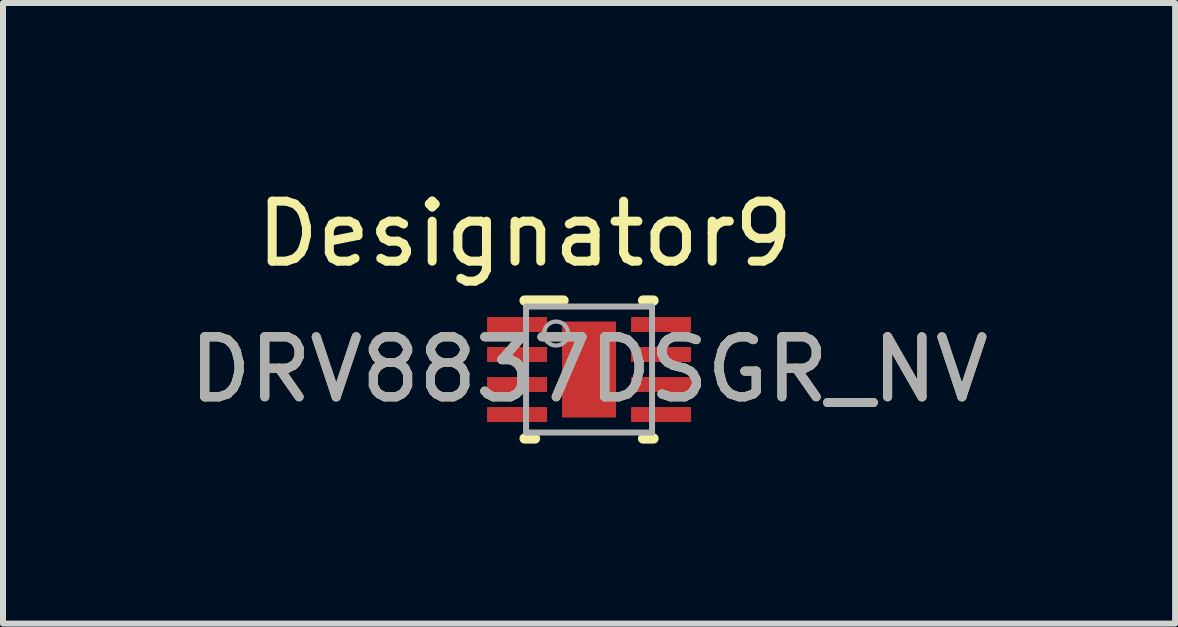
<source format=kicad_pcb>
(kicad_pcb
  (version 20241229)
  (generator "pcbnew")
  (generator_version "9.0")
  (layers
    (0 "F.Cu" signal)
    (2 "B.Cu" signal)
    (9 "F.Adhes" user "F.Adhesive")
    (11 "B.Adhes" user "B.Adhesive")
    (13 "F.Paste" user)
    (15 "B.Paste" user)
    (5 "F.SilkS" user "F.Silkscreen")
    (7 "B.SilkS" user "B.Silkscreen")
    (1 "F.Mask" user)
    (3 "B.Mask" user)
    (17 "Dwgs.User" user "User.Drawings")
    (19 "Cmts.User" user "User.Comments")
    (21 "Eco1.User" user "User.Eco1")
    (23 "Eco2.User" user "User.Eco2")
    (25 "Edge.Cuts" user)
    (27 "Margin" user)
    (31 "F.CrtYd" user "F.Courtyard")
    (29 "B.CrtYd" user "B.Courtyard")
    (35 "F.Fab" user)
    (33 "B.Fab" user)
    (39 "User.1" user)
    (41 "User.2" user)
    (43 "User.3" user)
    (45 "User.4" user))
  (footprint "DRV8837DSGR_NV"
    (layer "F.Cu")
    (at 6.768 3.109)
    (property "Reference" "DRV8837DSGR_NV" (at 0 0 0) (unlocked yes) (layer "F.SilkS") (effects (font (size 1 1) (thickness 0.15))))
    (attr smd)
    (fp_line (start -1.075 -1.15) (end -0.425 -1.15) (stroke (width 0.17) (type solid)) (layer "F.SilkS"))
    (fp_line (start -1.075 1.15) (end -0.9 1.15) (stroke (width 0.17) (type solid)) (layer "F.SilkS"))
    (fp_line (start 0.9 -1.15) (end 1.075 -1.15) (stroke (width 0.17) (type solid)) (layer "F.SilkS"))
    (fp_line (start 0.9 1.15) (end 1.075 1.15) (stroke (width 0.17) (type solid)) (layer "F.SilkS"))
    (fp_poly (pts (xy -0.45 -0.149) (xy -0.45 -0.751) (xy -0.449 -0.761) (xy -0.446 -0.77) (xy -0.442 -0.778) (xy -0.436 -0.786) (xy -0.428 -0.792) (xy -0.42 -0.796) (xy -0.411 -0.799) (xy -0.401 -0.8) (xy 0.401 -0.8) (xy 0.411 -0.799) (xy 0.42 -0.796) (xy 0.428 -0.792) (xy 0.436 -0.786) (xy 0.442 -0.778) (xy 0.446 -0.77) (xy 0.449 -0.761) (xy 0.45 -0.751) (xy 0.45 -0.149) (xy 0.449 -0.139) (xy 0.446 -0.13) (xy 0.442 -0.122) (xy 0.436 -0.114) (xy 0.428 -0.108) (xy 0.42 -0.104) (xy 0.411 -0.101) (xy 0.401 -0.1) (xy -0.401 -0.1) (xy -0.411 -0.101) (xy -0.42 -0.104) (xy -0.428 -0.108) (xy -0.436 -0.114) (xy -0.442 -0.122) (xy -0.446 -0.13) (xy -0.449 -0.139)) (stroke (width 0) (type solid)) (fill yes) (layer "F.Paste"))
    (fp_poly (pts (xy -0.45 0.751) (xy -0.45 0.149) (xy -0.449 0.139) (xy -0.446 0.13) (xy -0.442 0.122) (xy -0.436 0.114) (xy -0.428 0.108) (xy -0.42 0.104) (xy -0.411 0.101) (xy -0.401 0.1) (xy 0.401 0.1) (xy 0.411 0.101) (xy 0.42 0.104) (xy 0.428 0.108) (xy 0.436 0.114) (xy 0.442 0.122) (xy 0.446 0.13) (xy 0.449 0.139) (xy 0.45 0.149) (xy 0.45 0.751) (xy 0.449 0.761) (xy 0.446 0.77) (xy 0.442 0.778) (xy 0.436 0.786) (xy 0.428 0.792) (xy 0.42 0.796) (xy 0.411 0.799) (xy 0.401 0.8) (xy -0.401 0.8) (xy -0.411 0.799) (xy -0.42 0.796) (xy -0.428 0.792) (xy -0.436 0.786) (xy -0.442 0.778) (xy -0.446 0.77) (xy -0.449 0.761)) (stroke (width 0) (type solid)) (fill yes) (layer "F.Paste"))
    (fp_line (start -1.05 -1.05) (end 1.05 -1.05) (stroke (width 0.1) (type solid)) (layer "F.Fab"))
    (fp_line (start -1.05 1.05) (end -1.05 -1.05) (stroke (width 0.1) (type solid)) (layer "F.Fab"))
    (fp_line (start -1.05 1.05) (end 1.05 1.05) (stroke (width 0.1) (type solid)) (layer "F.Fab"))
    (fp_line (start 1.05 1.05) (end 1.05 -1.05) (stroke (width 0.1) (type solid)) (layer "F.Fab"))
    (fp_circle (center -0.55 -0.6) (end -0.35 -0.6) (stroke (width 0.07) (type solid)) (fill no) (layer "F.Fab"))
    (fp_text user "Designator9" (at -1.067 -2.261 0) (unlocked yes) (layer "F.SilkS") (effects (font (size 1 1) (thickness 0.15))))
    (fp_text user "${REFERENCE}" (at 0 0 0) (unlocked yes) (layer "F.Fab") (effects (font (size 1 1) (thickness 0.15))))
    (pad "1" smd rect (at -1.2 -0.75 90) (size 0.25 1) (layers "F.Cu" "F.Mask" "F.Paste"))
    (pad "2" smd rect (at -1.2 -0.25 90) (size 0.25 1) (layers "F.Cu" "F.Mask" "F.Paste"))
    (pad "3" smd rect (at -1.2 0.25 90) (size 0.25 1) (layers "F.Cu" "F.Mask" "F.Paste"))
    (pad "4" smd rect (at -1.2 0.75 90) (size 0.25 1) (layers "F.Cu" "F.Mask" "F.Paste"))
    (pad "5" smd rect (at 1.2 0.75 90) (size 0.25 1) (layers "F.Cu" "F.Mask" "F.Paste"))
    (pad "6" smd rect (at 1.2 0.25 90) (size 0.25 1) (layers "F.Cu" "F.Mask" "F.Paste"))
    (pad "7" smd rect (at 1.2 -0.25 90) (size 0.25 1) (layers "F.Cu" "F.Mask" "F.Paste"))
    (pad "8" smd rect (at 1.2 -0.75 90) (size 0.25 1) (layers "F.Cu" "F.Mask" "F.Paste"))
    (pad "9" smd rect (at 0 -0.000003) (size 0.9 1.6) (layers "F.Cu" "F.Mask" "F.Paste")))
  (gr_rect
    (start -3 -3)
    (end 16.536 7.344)
    (stroke (width 0.1) (type default))
    (fill no)
    (layer "Edge.Cuts")))
</source>
